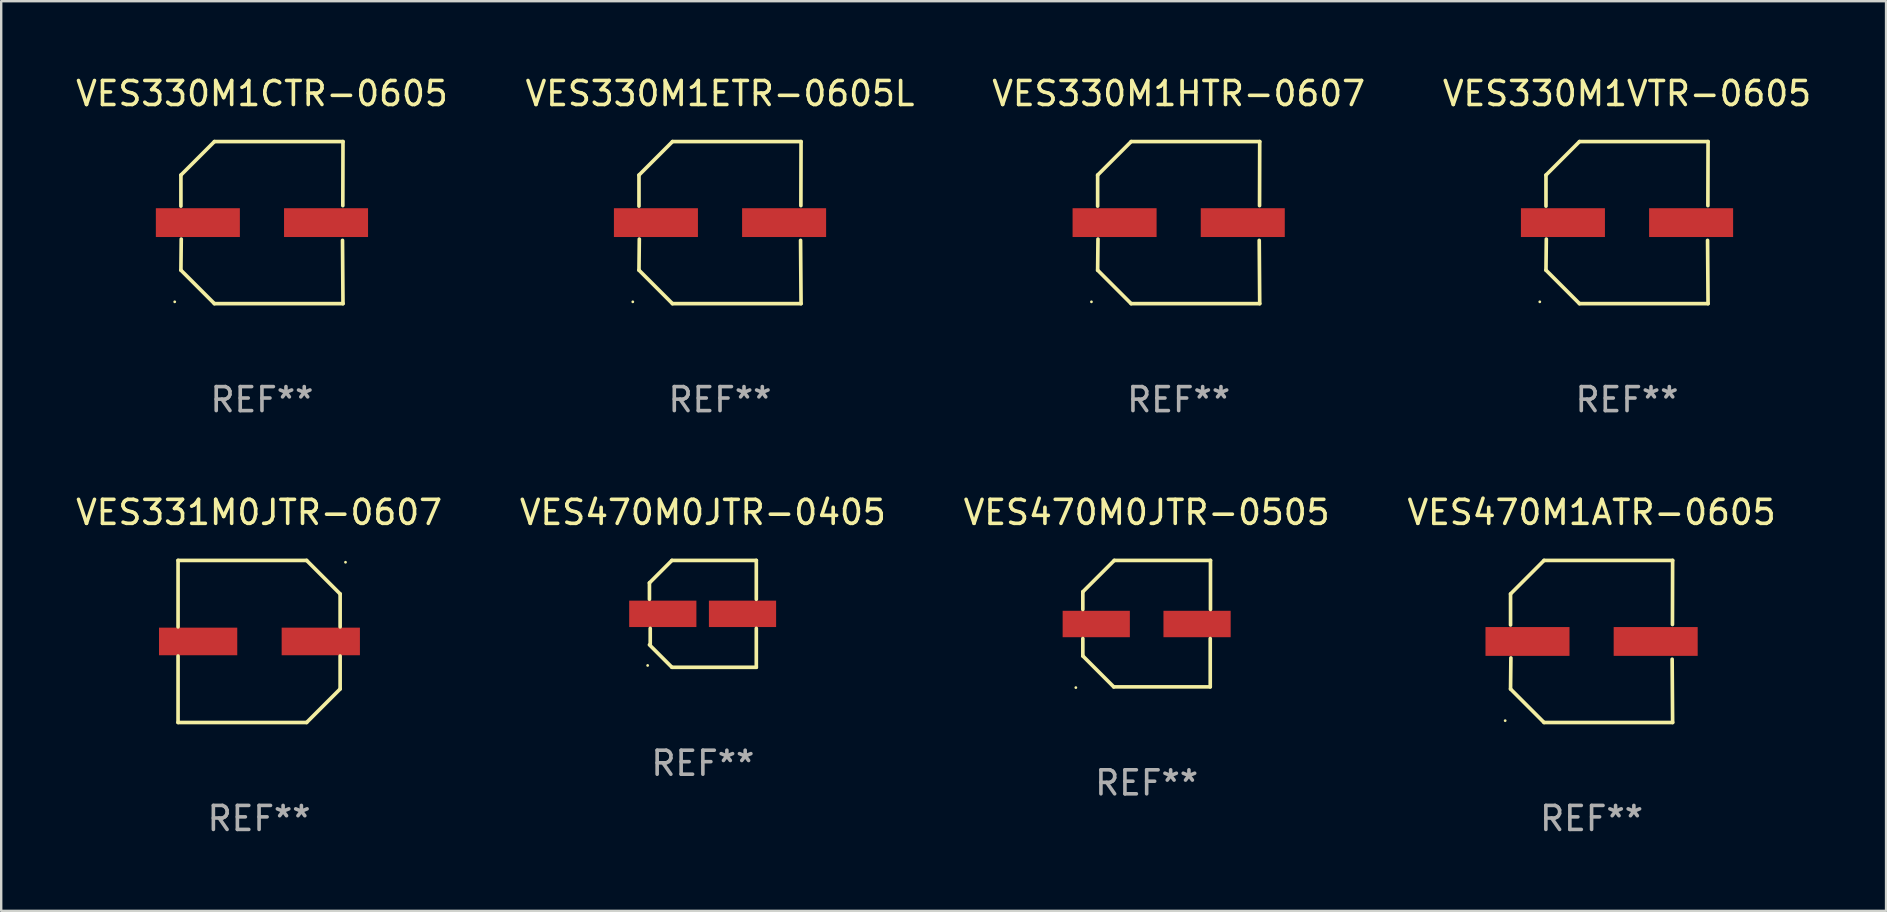
<source format=kicad_pcb>
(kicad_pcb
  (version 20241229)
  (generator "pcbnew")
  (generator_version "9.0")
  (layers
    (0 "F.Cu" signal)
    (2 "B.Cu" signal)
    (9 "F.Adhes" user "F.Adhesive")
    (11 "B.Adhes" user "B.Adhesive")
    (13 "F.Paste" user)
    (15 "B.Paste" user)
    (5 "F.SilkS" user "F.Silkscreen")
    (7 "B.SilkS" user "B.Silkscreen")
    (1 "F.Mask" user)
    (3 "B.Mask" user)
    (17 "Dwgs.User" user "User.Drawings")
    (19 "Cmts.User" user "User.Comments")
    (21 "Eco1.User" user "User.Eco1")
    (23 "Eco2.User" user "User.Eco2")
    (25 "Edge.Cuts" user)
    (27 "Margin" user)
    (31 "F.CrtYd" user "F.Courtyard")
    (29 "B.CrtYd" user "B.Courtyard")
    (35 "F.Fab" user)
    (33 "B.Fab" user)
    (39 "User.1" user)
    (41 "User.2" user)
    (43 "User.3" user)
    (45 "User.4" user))
  (footprint "VES330M1CTR-0605"
    (layer "F.Cu")
    (at 7.863 6.224)
    (property "Reference" "VES330M1CTR-0605" (at 0 -5.376 0) (layer "F.SilkS") (effects (font (size 1 1) (thickness 0.15))))
    (attr through_hole)
    (fp_line (start -3.376 -1.98) (end -3.376 -0.686) (stroke (width 0.152) (type solid)) (layer "F.SilkS"))
    (fp_line (start -3.376 1.981) (end -3.362 0.686) (stroke (width 0.152) (type solid)) (layer "F.SilkS"))
    (fp_line (start -1.981 3.376) (end -3.376 1.981) (stroke (width 0.152) (type solid)) (layer "F.SilkS"))
    (fp_line (start -1.98 -3.376) (end -3.376 -1.98) (stroke (width 0.152) (type solid)) (layer "F.SilkS"))
    (fp_line (start 3.356 0.74) (end 3.376 3.376) (stroke (width 0.152) (type solid)) (layer "F.SilkS"))
    (fp_line (start 3.369 -0.707) (end 3.376 -3.376) (stroke (width 0.152) (type solid)) (layer "F.SilkS"))
    (fp_line (start 3.376 3.376) (end -1.981 3.376) (stroke (width 0.152) (type solid)) (layer "F.SilkS"))
    (fp_line (start 3.376 -3.376) (end -1.98 -3.376) (stroke (width 0.152) (type solid)) (layer "F.SilkS"))
    (fp_circle (center -3.634 3.3) (end -3.604 3.3) (stroke (width 0.06) (type solid)) (fill no) (layer "F.SilkS"))
    (fp_text user "REF**" (at 0 7.376 0) (layer "F.Fab") (effects (font (size 1 1) (thickness 0.15))))
    (pad "1" smd rect (at -2.67 0.000254) (size 3.5 1.2) (layers "F.Cu" "F.Mask" "F.Paste"))
    (pad "2" smd rect (at 2.67 0.000254) (size 3.5 1.2) (layers "F.Cu" "F.Mask" "F.Paste")))
  (footprint "VES330M1VTR-0605"
    (layer "F.Cu")
    (at 64.732 6.224)
    (property "Reference" "VES330M1VTR-0605" (at 0 -5.376 0) (layer "F.SilkS") (effects (font (size 1 1) (thickness 0.15))))
    (attr through_hole)
    (fp_line (start -3.376 -1.98) (end -3.376 -0.686) (stroke (width 0.152) (type solid)) (layer "F.SilkS"))
    (fp_line (start -3.376 1.981) (end -3.362 0.686) (stroke (width 0.152) (type solid)) (layer "F.SilkS"))
    (fp_line (start -1.981 3.376) (end -3.376 1.981) (stroke (width 0.152) (type solid)) (layer "F.SilkS"))
    (fp_line (start -1.98 -3.376) (end -3.376 -1.98) (stroke (width 0.152) (type solid)) (layer "F.SilkS"))
    (fp_line (start 3.356 0.74) (end 3.376 3.376) (stroke (width 0.152) (type solid)) (layer "F.SilkS"))
    (fp_line (start 3.369 -0.707) (end 3.376 -3.376) (stroke (width 0.152) (type solid)) (layer "F.SilkS"))
    (fp_line (start 3.376 3.376) (end -1.981 3.376) (stroke (width 0.152) (type solid)) (layer "F.SilkS"))
    (fp_line (start 3.376 -3.376) (end -1.98 -3.376) (stroke (width 0.152) (type solid)) (layer "F.SilkS"))
    (fp_circle (center -3.634 3.3) (end -3.604 3.3) (stroke (width 0.06) (type solid)) (fill no) (layer "F.SilkS"))
    (fp_text user "REF**" (at 0 7.376 0) (layer "F.Fab") (effects (font (size 1 1) (thickness 0.15))))
    (pad "1" smd rect (at -2.67 0.000254) (size 3.5 1.2) (layers "F.Cu" "F.Mask" "F.Paste"))
    (pad "2" smd rect (at 2.67 0.000254) (size 3.5 1.2) (layers "F.Cu" "F.Mask" "F.Paste")))
  (footprint "VES470M0JTR-0505"
    (layer "F.Cu")
    (at 44.72 22.931)
    (property "Reference" "VES470M0JTR-0505" (at 0 -4.634 0) (layer "F.SilkS") (effects (font (size 1 1) (thickness 0.15))))
    (attr through_hole)
    (fp_line (start -2.659 -1.326) (end -2.659 -0.592) (stroke (width 0.152) (type solid)) (layer "F.SilkS"))
    (fp_line (start -2.659 1.346) (end -2.659 0.622) (stroke (width 0.152) (type solid)) (layer "F.SilkS"))
    (fp_line (start -1.372 2.634) (end -2.659 1.346) (stroke (width 0.152) (type solid)) (layer "F.SilkS"))
    (fp_line (start -1.349 -2.634) (end -2.659 -1.326) (stroke (width 0.152) (type solid)) (layer "F.SilkS"))
    (fp_line (start 2.649 0.622) (end 2.649 2.634) (stroke (width 0.152) (type solid)) (layer "F.SilkS"))
    (fp_line (start 2.649 2.634) (end -1.372 2.634) (stroke (width 0.152) (type solid)) (layer "F.SilkS"))
    (fp_line (start 2.659 -2.634) (end -1.349 -2.634) (stroke (width 0.152) (type solid)) (layer "F.SilkS"))
    (fp_line (start 2.659 -0.592) (end 2.659 -2.634) (stroke (width 0.152) (type solid)) (layer "F.SilkS"))
    (fp_circle (center -2.95 2.665) (end -2.92 2.665) (stroke (width 0.06) (type solid)) (fill no) (layer "F.SilkS"))
    (fp_text user "REF**" (at 0 6.634 0) (layer "F.Fab") (effects (font (size 1 1) (thickness 0.15))))
    (pad "1" smd rect (at -2.1 0.015) (size 2.8 1.1) (layers "F.Cu" "F.Mask" "F.Paste"))
    (pad "2" smd rect (at 2.1 0.015) (size 2.8 1.1) (layers "F.Cu" "F.Mask" "F.Paste")))
  (footprint "VES470M0JTR-0405"
    (layer "F.Cu")
    (at 26.232 22.523)
    (property "Reference" "VES470M0JTR-0405" (at 0 -4.226 0) (layer "F.SilkS") (effects (font (size 1 1) (thickness 0.15))))
    (attr through_hole)
    (fp_line (start -2.226 -1.29) (end -2.226 -0.607) (stroke (width 0.152) (type solid)) (layer "F.SilkS"))
    (fp_line (start -2.193 1.29) (end -2.193 0.607) (stroke (width 0.152) (type solid)) (layer "F.SilkS"))
    (fp_line (start -1.29 2.226) (end -2.226 1.29) (stroke (width 0.152) (type solid)) (layer "F.SilkS"))
    (fp_line (start -1.29 -2.226) (end -2.226 -1.29) (stroke (width 0.152) (type solid)) (layer "F.SilkS"))
    (fp_line (start 2.226 -2.226) (end -1.29 -2.226) (stroke (width 0.152) (type solid)) (layer "F.SilkS"))
    (fp_line (start 2.226 -0.607) (end 2.226 -2.226) (stroke (width 0.152) (type solid)) (layer "F.SilkS"))
    (fp_line (start 2.226 0.607) (end 2.226 2.226) (stroke (width 0.152) (type solid)) (layer "F.SilkS"))
    (fp_line (start 2.226 2.226) (end -1.29 2.226) (stroke (width 0.152) (type solid)) (layer "F.SilkS"))
    (fp_circle (center -2.3 2.15) (end -2.27 2.15) (stroke (width 0.06) (type solid)) (fill no) (layer "F.SilkS"))
    (fp_text user "REF**" (at 0 6.226 0) (layer "F.Fab") (effects (font (size 1 1) (thickness 0.15))))
    (pad "1" smd rect (at -1.67 -0.000025) (size 2.8 1.1) (layers "F.Cu" "F.Mask" "F.Paste"))
    (pad "2" smd rect (at 1.651 -0.000025) (size 2.8 1.1) (layers "F.Cu" "F.Mask" "F.Paste")))
  (footprint "VES330M1ETR-0605L"
    (layer "F.Cu")
    (at 26.946 6.224)
    (property "Reference" "VES330M1ETR-0605L" (at 0 -5.376 0) (layer "F.SilkS") (effects (font (size 1 1) (thickness 0.15))))
    (attr through_hole)
    (fp_line (start -3.376 -1.98) (end -3.376 -0.686) (stroke (width 0.152) (type solid)) (layer "F.SilkS"))
    (fp_line (start -3.376 1.981) (end -3.362 0.686) (stroke (width 0.152) (type solid)) (layer "F.SilkS"))
    (fp_line (start -1.981 3.376) (end -3.376 1.981) (stroke (width 0.152) (type solid)) (layer "F.SilkS"))
    (fp_line (start -1.98 -3.376) (end -3.376 -1.98) (stroke (width 0.152) (type solid)) (layer "F.SilkS"))
    (fp_line (start 3.356 0.74) (end 3.376 3.376) (stroke (width 0.152) (type solid)) (layer "F.SilkS"))
    (fp_line (start 3.369 -0.707) (end 3.376 -3.376) (stroke (width 0.152) (type solid)) (layer "F.SilkS"))
    (fp_line (start 3.376 3.376) (end -1.981 3.376) (stroke (width 0.152) (type solid)) (layer "F.SilkS"))
    (fp_line (start 3.376 -3.376) (end -1.98 -3.376) (stroke (width 0.152) (type solid)) (layer "F.SilkS"))
    (fp_circle (center -3.634 3.3) (end -3.604 3.3) (stroke (width 0.06) (type solid)) (fill no) (layer "F.SilkS"))
    (fp_text user "REF**" (at 0 7.376 0) (layer "F.Fab") (effects (font (size 1 1) (thickness 0.15))))
    (pad "1" smd rect (at -2.67 0.000254) (size 3.5 1.2) (layers "F.Cu" "F.Mask" "F.Paste"))
    (pad "2" smd rect (at 2.67 0.000254) (size 3.5 1.2) (layers "F.Cu" "F.Mask" "F.Paste")))
  (footprint "VES470M1ATR-0605"
    (layer "F.Cu")
    (at 63.256 23.673)
    (property "Reference" "VES470M1ATR-0605" (at 0 -5.376 0) (layer "F.SilkS") (effects (font (size 1 1) (thickness 0.15))))
    (attr through_hole)
    (fp_line (start -3.376 -1.98) (end -3.376 -0.686) (stroke (width 0.152) (type solid)) (layer "F.SilkS"))
    (fp_line (start -3.376 1.981) (end -3.362 0.686) (stroke (width 0.152) (type solid)) (layer "F.SilkS"))
    (fp_line (start -1.981 3.376) (end -3.376 1.981) (stroke (width 0.152) (type solid)) (layer "F.SilkS"))
    (fp_line (start -1.98 -3.376) (end -3.376 -1.98) (stroke (width 0.152) (type solid)) (layer "F.SilkS"))
    (fp_line (start 3.356 0.74) (end 3.376 3.376) (stroke (width 0.152) (type solid)) (layer "F.SilkS"))
    (fp_line (start 3.369 -0.707) (end 3.376 -3.376) (stroke (width 0.152) (type solid)) (layer "F.SilkS"))
    (fp_line (start 3.376 3.376) (end -1.981 3.376) (stroke (width 0.152) (type solid)) (layer "F.SilkS"))
    (fp_line (start 3.376 -3.376) (end -1.98 -3.376) (stroke (width 0.152) (type solid)) (layer "F.SilkS"))
    (fp_circle (center -3.6 3.3) (end -3.57 3.3) (stroke (width 0.06) (type solid)) (fill no) (layer "F.SilkS"))
    (fp_text user "REF**" (at 0 7.376 0) (layer "F.Fab") (effects (font (size 1 1) (thickness 0.15))))
    (pad "1" smd rect (at -2.67 0.000381) (size 3.5 1.2) (layers "F.Cu" "F.Mask" "F.Paste"))
    (pad "2" smd rect (at 2.67 0.000381) (size 3.5 1.2) (layers "F.Cu" "F.Mask" "F.Paste")))
  (footprint "VES330M1HTR-0607"
    (layer "F.Cu")
    (at 46.054 6.224)
    (property "Reference" "VES330M1HTR-0607" (at 0 -5.376 0) (layer "F.SilkS") (effects (font (size 1 1) (thickness 0.15))))
    (attr through_hole)
    (fp_line (start -3.376 -1.98) (end -3.376 -0.686) (stroke (width 0.152) (type solid)) (layer "F.SilkS"))
    (fp_line (start -3.376 1.981) (end -3.362 0.686) (stroke (width 0.152) (type solid)) (layer "F.SilkS"))
    (fp_line (start -1.981 3.376) (end -3.376 1.981) (stroke (width 0.152) (type solid)) (layer "F.SilkS"))
    (fp_line (start -1.98 -3.376) (end -3.376 -1.98) (stroke (width 0.152) (type solid)) (layer "F.SilkS"))
    (fp_line (start 3.356 0.74) (end 3.376 3.376) (stroke (width 0.152) (type solid)) (layer "F.SilkS"))
    (fp_line (start 3.369 -0.707) (end 3.376 -3.376) (stroke (width 0.152) (type solid)) (layer "F.SilkS"))
    (fp_line (start 3.376 3.376) (end -1.981 3.376) (stroke (width 0.152) (type solid)) (layer "F.SilkS"))
    (fp_line (start 3.376 -3.376) (end -1.98 -3.376) (stroke (width 0.152) (type solid)) (layer "F.SilkS"))
    (fp_circle (center -3.634 3.3) (end -3.604 3.3) (stroke (width 0.06) (type solid)) (fill no) (layer "F.SilkS"))
    (fp_text user "REF**" (at 0 7.376 0) (layer "F.Fab") (effects (font (size 1 1) (thickness 0.15))))
    (pad "1" smd rect (at -2.67 0.000254) (size 3.5 1.2) (layers "F.Cu" "F.Mask" "F.Paste"))
    (pad "2" smd rect (at 2.67 0.000254) (size 3.5 1.2) (layers "F.Cu" "F.Mask" "F.Paste")))
  (footprint "VES331M0JTR-0607"
    (layer "F.Cu")
    (at 7.744 23.673)
    (property "Reference" "VES331M0JTR-0607" (at 0 -5.376 0) (layer "F.SilkS") (effects (font (size 1 1) (thickness 0.15))))
    (attr through_hole)
    (fp_line (start -3.376 -3.376) (end 1.98 -3.376) (stroke (width 0.152) (type solid)) (layer "F.SilkS"))
    (fp_line (start -3.376 -0.607) (end -3.376 -3.376) (stroke (width 0.152) (type solid)) (layer "F.SilkS"))
    (fp_line (start -3.376 0.607) (end -3.376 3.376) (stroke (width 0.152) (type solid)) (layer "F.SilkS"))
    (fp_line (start -3.376 3.376) (end 1.98 3.376) (stroke (width 0.152) (type solid)) (layer "F.SilkS"))
    (fp_line (start 1.98 -3.376) (end 3.376 -1.98) (stroke (width 0.152) (type solid)) (layer "F.SilkS"))
    (fp_line (start 1.98 3.376) (end 3.376 1.98) (stroke (width 0.152) (type solid)) (layer "F.SilkS"))
    (fp_line (start 3.376 -1.98) (end 3.376 -0.607) (stroke (width 0.152) (type solid)) (layer "F.SilkS"))
    (fp_line (start 3.376 1.98) (end 3.376 0.607) (stroke (width 0.152) (type solid)) (layer "F.SilkS"))
    (fp_circle (center 3.6 -3.3) (end 3.63 -3.3) (stroke (width 0.06) (type solid)) (fill no) (layer "F.SilkS"))
    (fp_text user "REF**" (at 0 7.376 0) (layer "F.Fab") (effects (font (size 1 1) (thickness 0.15))))
    (pad "1" smd rect (at 2.57 0 180) (size 3.26 1.15) (layers "F.Cu" "F.Mask" "F.Paste"))
    (pad "2" smd rect (at -2.54 0 180) (size 3.26 1.15) (layers "F.Cu" "F.Mask" "F.Paste")))
  (gr_rect
    (start -3 -3)
    (end 75.524 34.897)
    (stroke (width 0.1) (type default))
    (fill no)
    (layer "Edge.Cuts")))
</source>
